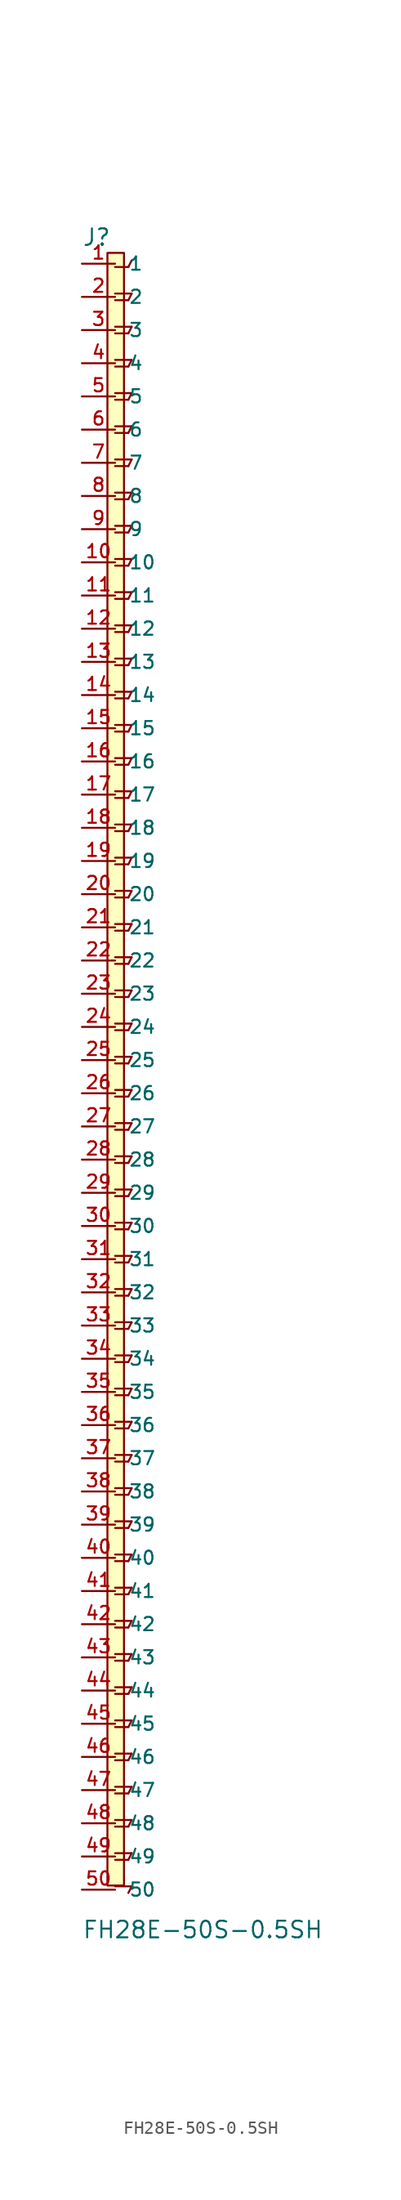
<source format=kicad_sym>
(kicad_symbol_lib
  (version 20220914)
  (generator kicad_symbol_editor)
  (symbol "FH28E-50S-0.5SH"
    (pin_names
      (offset 1.016))
    (property "Reference" "J"
      (at 0 46.99 0)
      (effects (font (size 1.27 1.27)) (justify left bottom)))
    (property "Value" "FH28E-50S-0.5SH"
      (at 0 -82.55 0)
      (effects (font (size 1.27 1.27)) (justify left bottom)))
    (symbol "FH28E-50S-0.5SH_0_0"
      (polyline (pts (xy 2.54 -76.454) (xy 3.556 -76.454)) (stroke (width 0.152) (type default)) (fill (type none)))
      (polyline (pts (xy 2.54 -73.914) (xy 3.556 -73.914)) (stroke (width 0.152) (type default)) (fill (type none)))
      (polyline (pts (xy 2.54 -71.374) (xy 3.556 -71.374)) (stroke (width 0.152) (type default)) (fill (type none)))
      (polyline (pts (xy 2.54 -68.834) (xy 3.556 -68.834)) (stroke (width 0.152) (type default)) (fill (type none)))
      (polyline (pts (xy 2.54 -66.294) (xy 3.556 -66.294)) (stroke (width 0.152) (type default)) (fill (type none)))
      (polyline (pts (xy 2.54 -63.754) (xy 3.556 -63.754)) (stroke (width 0.152) (type default)) (fill (type none)))
      (polyline (pts (xy 2.54 -61.214) (xy 3.556 -61.214)) (stroke (width 0.152) (type default)) (fill (type none)))
      (polyline (pts (xy 2.54 -58.674) (xy 3.556 -58.674)) (stroke (width 0.152) (type default)) (fill (type none)))
      (polyline (pts (xy 2.54 -56.134) (xy 3.556 -56.134)) (stroke (width 0.152) (type default)) (fill (type none)))
      (polyline (pts (xy 2.54 -53.594) (xy 3.556 -53.594)) (stroke (width 0.152) (type default)) (fill (type none)))
      (polyline (pts (xy 2.54 -51.054) (xy 3.556 -51.054)) (stroke (width 0.152) (type default)) (fill (type none)))
      (polyline (pts (xy 2.54 -48.514) (xy 3.556 -48.514)) (stroke (width 0.152) (type default)) (fill (type none)))
      (polyline (pts (xy 2.54 -45.974) (xy 3.556 -45.974)) (stroke (width 0.152) (type default)) (fill (type none)))
      (polyline (pts (xy 2.54 -43.434) (xy 3.556 -43.434)) (stroke (width 0.152) (type default)) (fill (type none)))
      (polyline (pts (xy 2.54 -40.894) (xy 3.556 -40.894)) (stroke (width 0.152) (type default)) (fill (type none)))
      (polyline (pts (xy 2.54 -38.354) (xy 3.556 -38.354)) (stroke (width 0.152) (type default)) (fill (type none)))
      (polyline (pts (xy 2.54 -35.814) (xy 3.556 -35.814)) (stroke (width 0.152) (type default)) (fill (type none)))
      (polyline (pts (xy 2.54 -33.274) (xy 3.556 -33.274)) (stroke (width 0.152) (type default)) (fill (type none)))
      (polyline (pts (xy 2.54 -30.734) (xy 3.556 -30.734)) (stroke (width 0.152) (type default)) (fill (type none)))
      (polyline (pts (xy 2.54 -28.194) (xy 3.556 -28.194)) (stroke (width 0.152) (type default)) (fill (type none)))
      (polyline (pts (xy 2.54 -25.654) (xy 3.556 -25.654)) (stroke (width 0.152) (type default)) (fill (type none)))
      (polyline (pts (xy 2.54 -23.114) (xy 3.556 -23.114)) (stroke (width 0.152) (type default)) (fill (type none)))
      (polyline (pts (xy 2.54 -20.574) (xy 3.556 -20.574)) (stroke (width 0.152) (type default)) (fill (type none)))
      (polyline (pts (xy 2.54 -18.034) (xy 3.556 -18.034)) (stroke (width 0.152) (type default)) (fill (type none)))
      (polyline (pts (xy 2.54 -15.494) (xy 3.556 -15.494)) (stroke (width 0.152) (type default)) (fill (type none)))
      (polyline (pts (xy 2.54 -12.954) (xy 3.556 -12.954)) (stroke (width 0.152) (type default)) (fill (type none)))
      (polyline (pts (xy 2.54 -10.414) (xy 3.556 -10.414)) (stroke (width 0.152) (type default)) (fill (type none)))
      (polyline (pts (xy 2.54 -7.874) (xy 3.556 -7.874)) (stroke (width 0.152) (type default)) (fill (type none)))
      (polyline (pts (xy 2.54 -5.334) (xy 3.556 -5.334)) (stroke (width 0.152) (type default)) (fill (type none)))
      (polyline (pts (xy 2.54 -2.794) (xy 3.556 -2.794)) (stroke (width 0.152) (type default)) (fill (type none)))
      (polyline (pts (xy 2.54 -0.254) (xy 3.556 -0.254)) (stroke (width 0.152) (type default)) (fill (type none)))
      (polyline (pts (xy 2.54 2.286) (xy 3.556 2.286)) (stroke (width 0.152) (type default)) (fill (type none)))
      (polyline (pts (xy 2.54 4.826) (xy 3.556 4.826)) (stroke (width 0.152) (type default)) (fill (type none)))
      (polyline (pts (xy 2.54 7.366) (xy 3.556 7.366)) (stroke (width 0.152) (type default)) (fill (type none)))
      (polyline (pts (xy 2.54 9.906) (xy 3.556 9.906)) (stroke (width 0.152) (type default)) (fill (type none)))
      (polyline (pts (xy 2.54 12.446) (xy 3.556 12.446)) (stroke (width 0.152) (type default)) (fill (type none)))
      (polyline (pts (xy 2.54 14.986) (xy 3.556 14.986)) (stroke (width 0.152) (type default)) (fill (type none)))
      (polyline (pts (xy 2.54 17.526) (xy 3.556 17.526)) (stroke (width 0.152) (type default)) (fill (type none)))
      (polyline (pts (xy 2.54 20.066) (xy 3.556 20.066)) (stroke (width 0.152) (type default)) (fill (type none)))
      (polyline (pts (xy 2.54 22.606) (xy 3.556 22.606)) (stroke (width 0.152) (type default)) (fill (type none)))
      (polyline (pts (xy 2.54 25.146) (xy 3.556 25.146)) (stroke (width 0.152) (type default)) (fill (type none)))
      (polyline (pts (xy 2.54 27.686) (xy 3.556 27.686)) (stroke (width 0.152) (type default)) (fill (type none)))
      (polyline (pts (xy 2.54 30.226) (xy 3.556 30.226)) (stroke (width 0.152) (type default)) (fill (type none)))
      (polyline (pts (xy 2.54 32.766) (xy 3.556 32.766)) (stroke (width 0.152) (type default)) (fill (type none)))
      (polyline (pts (xy 2.54 35.306) (xy 3.556 35.306)) (stroke (width 0.152) (type default)) (fill (type none)))
      (polyline (pts (xy 2.54 37.846) (xy 3.556 37.846)) (stroke (width 0.152) (type default)) (fill (type none)))
      (polyline (pts (xy 2.54 40.386) (xy 3.556 40.386)) (stroke (width 0.152) (type default)) (fill (type none)))
      (polyline (pts (xy 2.54 42.926) (xy 3.556 42.926)) (stroke (width 0.152) (type default)) (fill (type none)))
      (polyline (pts (xy 2.54 45.466) (xy 3.556 45.466)) (stroke (width 0.152) (type default)) (fill (type none)))
      (polyline (pts (xy 3.556 -78.994) (xy 3.81 -78.486)) (stroke (width 0.152) (type default)) (fill (type none)))
      (polyline (pts (xy 3.556 -76.454) (xy 3.81 -75.946)) (stroke (width 0.152) (type default)) (fill (type none)))
      (polyline (pts (xy 3.556 -73.914) (xy 3.81 -73.406)) (stroke (width 0.152) (type default)) (fill (type none)))
      (polyline (pts (xy 3.556 -71.374) (xy 3.81 -70.866)) (stroke (width 0.152) (type default)) (fill (type none)))
      (polyline (pts (xy 3.556 -68.834) (xy 3.81 -68.326)) (stroke (width 0.152) (type default)) (fill (type none)))
      (polyline (pts (xy 3.556 -66.294) (xy 3.81 -65.786)) (stroke (width 0.152) (type default)) (fill (type none)))
      (polyline (pts (xy 3.556 -63.754) (xy 3.81 -63.246)) (stroke (width 0.152) (type default)) (fill (type none)))
      (polyline (pts (xy 3.556 -61.214) (xy 3.81 -60.706)) (stroke (width 0.152) (type default)) (fill (type none)))
      (polyline (pts (xy 3.556 -58.674) (xy 3.81 -58.166)) (stroke (width 0.152) (type default)) (fill (type none)))
      (polyline (pts (xy 3.556 -56.134) (xy 3.81 -55.626)) (stroke (width 0.152) (type default)) (fill (type none)))
      (polyline (pts (xy 3.556 -53.594) (xy 3.81 -53.086)) (stroke (width 0.152) (type default)) (fill (type none)))
      (polyline (pts (xy 3.556 -51.054) (xy 3.81 -50.546)) (stroke (width 0.152) (type default)) (fill (type none)))
      (polyline (pts (xy 3.556 -48.514) (xy 3.81 -48.006)) (stroke (width 0.152) (type default)) (fill (type none)))
      (polyline (pts (xy 3.556 -45.974) (xy 3.81 -45.466)) (stroke (width 0.152) (type default)) (fill (type none)))
      (polyline (pts (xy 3.556 -43.434) (xy 3.81 -42.926)) (stroke (width 0.152) (type default)) (fill (type none)))
      (polyline (pts (xy 3.556 -40.894) (xy 3.81 -40.386)) (stroke (width 0.152) (type default)) (fill (type none)))
      (polyline (pts (xy 3.556 -38.354) (xy 3.81 -37.846)) (stroke (width 0.152) (type default)) (fill (type none)))
      (polyline (pts (xy 3.556 -35.814) (xy 3.81 -35.306)) (stroke (width 0.152) (type default)) (fill (type none)))
      (polyline (pts (xy 3.556 -33.274) (xy 3.81 -32.766)) (stroke (width 0.152) (type default)) (fill (type none)))
      (polyline (pts (xy 3.556 -30.734) (xy 3.81 -30.226)) (stroke (width 0.152) (type default)) (fill (type none)))
      (polyline (pts (xy 3.556 -28.194) (xy 3.81 -27.686)) (stroke (width 0.152) (type default)) (fill (type none)))
      (polyline (pts (xy 3.556 -25.654) (xy 3.81 -25.146)) (stroke (width 0.152) (type default)) (fill (type none)))
      (polyline (pts (xy 3.556 -23.114) (xy 3.81 -22.606)) (stroke (width 0.152) (type default)) (fill (type none)))
      (polyline (pts (xy 3.556 -20.574) (xy 3.81 -20.066)) (stroke (width 0.152) (type default)) (fill (type none)))
      (polyline (pts (xy 3.556 -18.034) (xy 3.81 -17.526)) (stroke (width 0.152) (type default)) (fill (type none)))
      (polyline (pts (xy 3.556 -15.494) (xy 3.81 -14.986)) (stroke (width 0.152) (type default)) (fill (type none)))
      (polyline (pts (xy 3.556 -12.954) (xy 3.81 -12.446)) (stroke (width 0.152) (type default)) (fill (type none)))
      (polyline (pts (xy 3.556 -10.414) (xy 3.81 -9.906)) (stroke (width 0.152) (type default)) (fill (type none)))
      (polyline (pts (xy 3.556 -7.874) (xy 3.81 -7.366)) (stroke (width 0.152) (type default)) (fill (type none)))
      (polyline (pts (xy 3.556 -5.334) (xy 3.81 -4.826)) (stroke (width 0.152) (type default)) (fill (type none)))
      (polyline (pts (xy 3.556 -2.794) (xy 3.81 -2.286)) (stroke (width 0.152) (type default)) (fill (type none)))
      (polyline (pts (xy 3.556 -0.254) (xy 3.81 0.254)) (stroke (width 0.152) (type default)) (fill (type none)))
      (polyline (pts (xy 3.556 2.286) (xy 3.81 2.794)) (stroke (width 0.152) (type default)) (fill (type none)))
      (polyline (pts (xy 3.556 4.826) (xy 3.81 5.334)) (stroke (width 0.152) (type default)) (fill (type none)))
      (polyline (pts (xy 3.556 7.366) (xy 3.81 7.874)) (stroke (width 0.152) (type default)) (fill (type none)))
      (polyline (pts (xy 3.556 9.906) (xy 3.81 10.414)) (stroke (width 0.152) (type default)) (fill (type none)))
      (polyline (pts (xy 3.556 12.446) (xy 3.81 12.954)) (stroke (width 0.152) (type default)) (fill (type none)))
      (polyline (pts (xy 3.556 14.986) (xy 3.81 15.494)) (stroke (width 0.152) (type default)) (fill (type none)))
      (polyline (pts (xy 3.556 17.526) (xy 3.81 18.034)) (stroke (width 0.152) (type default)) (fill (type none)))
      (polyline (pts (xy 3.556 20.066) (xy 3.81 20.574)) (stroke (width 0.152) (type default)) (fill (type none)))
      (polyline (pts (xy 3.556 22.606) (xy 3.81 23.114)) (stroke (width 0.152) (type default)) (fill (type none)))
      (polyline (pts (xy 3.556 25.146) (xy 3.81 25.654)) (stroke (width 0.152) (type default)) (fill (type none)))
      (polyline (pts (xy 3.556 27.686) (xy 3.81 28.194)) (stroke (width 0.152) (type default)) (fill (type none)))
      (polyline (pts (xy 3.556 30.226) (xy 3.81 30.734)) (stroke (width 0.152) (type default)) (fill (type none)))
      (polyline (pts (xy 3.556 32.766) (xy 3.81 33.274)) (stroke (width 0.152) (type default)) (fill (type none)))
      (polyline (pts (xy 3.556 35.306) (xy 3.81 35.814)) (stroke (width 0.152) (type default)) (fill (type none)))
      (polyline (pts (xy 3.556 37.846) (xy 3.81 38.354)) (stroke (width 0.152) (type default)) (fill (type none)))
      (polyline (pts (xy 3.556 40.386) (xy 3.81 40.894)) (stroke (width 0.152) (type default)) (fill (type none)))
      (polyline (pts (xy 3.556 42.926) (xy 3.81 43.434)) (stroke (width 0.152) (type default)) (fill (type none)))
      (polyline (pts (xy 3.556 45.466) (xy 3.81 45.974)) (stroke (width 0.152) (type default)) (fill (type none)))
      (polyline (pts (xy 3.81 -78.486) (xy 2.54 -78.486)) (stroke (width 0.152) (type default)) (fill (type none)))
      (polyline (pts (xy 3.81 -75.946) (xy 2.54 -75.946)) (stroke (width 0.152) (type default)) (fill (type none)))
      (polyline (pts (xy 3.81 -73.406) (xy 2.54 -73.406)) (stroke (width 0.152) (type default)) (fill (type none)))
      (polyline (pts (xy 3.81 -70.866) (xy 2.54 -70.866)) (stroke (width 0.152) (type default)) (fill (type none)))
      (polyline (pts (xy 3.81 -68.326) (xy 2.54 -68.326)) (stroke (width 0.152) (type default)) (fill (type none)))
      (polyline (pts (xy 3.81 -65.786) (xy 2.54 -65.786)) (stroke (width 0.152) (type default)) (fill (type none)))
      (polyline (pts (xy 3.81 -63.246) (xy 2.54 -63.246)) (stroke (width 0.152) (type default)) (fill (type none)))
      (polyline (pts (xy 3.81 -60.706) (xy 2.54 -60.706)) (stroke (width 0.152) (type default)) (fill (type none)))
      (polyline (pts (xy 3.81 -58.166) (xy 2.54 -58.166)) (stroke (width 0.152) (type default)) (fill (type none)))
      (polyline (pts (xy 3.81 -55.626) (xy 2.54 -55.626)) (stroke (width 0.152) (type default)) (fill (type none)))
      (polyline (pts (xy 3.81 -53.086) (xy 2.54 -53.086)) (stroke (width 0.152) (type default)) (fill (type none)))
      (polyline (pts (xy 3.81 -50.546) (xy 2.54 -50.546)) (stroke (width 0.152) (type default)) (fill (type none)))
      (polyline (pts (xy 3.81 -48.006) (xy 2.54 -48.006)) (stroke (width 0.152) (type default)) (fill (type none)))
      (polyline (pts (xy 3.81 -45.466) (xy 2.54 -45.466)) (stroke (width 0.152) (type default)) (fill (type none)))
      (polyline (pts (xy 3.81 -42.926) (xy 2.54 -42.926)) (stroke (width 0.152) (type default)) (fill (type none)))
      (polyline (pts (xy 3.81 -40.386) (xy 2.54 -40.386)) (stroke (width 0.152) (type default)) (fill (type none)))
      (polyline (pts (xy 3.81 -37.846) (xy 2.54 -37.846)) (stroke (width 0.152) (type default)) (fill (type none)))
      (polyline (pts (xy 3.81 -35.306) (xy 2.54 -35.306)) (stroke (width 0.152) (type default)) (fill (type none)))
      (polyline (pts (xy 3.81 -32.766) (xy 2.54 -32.766)) (stroke (width 0.152) (type default)) (fill (type none)))
      (polyline (pts (xy 3.81 -30.226) (xy 2.54 -30.226)) (stroke (width 0.152) (type default)) (fill (type none)))
      (polyline (pts (xy 3.81 -27.686) (xy 2.54 -27.686)) (stroke (width 0.152) (type default)) (fill (type none)))
      (polyline (pts (xy 3.81 -25.146) (xy 2.54 -25.146)) (stroke (width 0.152) (type default)) (fill (type none)))
      (polyline (pts (xy 3.81 -22.606) (xy 2.54 -22.606)) (stroke (width 0.152) (type default)) (fill (type none)))
      (polyline (pts (xy 3.81 -20.066) (xy 2.54 -20.066)) (stroke (width 0.152) (type default)) (fill (type none)))
      (polyline (pts (xy 3.81 -17.526) (xy 2.54 -17.526)) (stroke (width 0.152) (type default)) (fill (type none)))
      (polyline (pts (xy 3.81 -14.986) (xy 2.54 -14.986)) (stroke (width 0.152) (type default)) (fill (type none)))
      (polyline (pts (xy 3.81 -12.446) (xy 2.54 -12.446)) (stroke (width 0.152) (type default)) (fill (type none)))
      (polyline (pts (xy 3.81 -9.906) (xy 2.54 -9.906)) (stroke (width 0.152) (type default)) (fill (type none)))
      (polyline (pts (xy 3.81 -7.366) (xy 2.54 -7.366)) (stroke (width 0.152) (type default)) (fill (type none)))
      (polyline (pts (xy 3.81 -4.826) (xy 2.54 -4.826)) (stroke (width 0.152) (type default)) (fill (type none)))
      (polyline (pts (xy 3.81 -2.286) (xy 2.54 -2.286)) (stroke (width 0.152) (type default)) (fill (type none)))
      (polyline (pts (xy 3.81 0.254) (xy 2.54 0.254)) (stroke (width 0.152) (type default)) (fill (type none)))
      (polyline (pts (xy 3.81 2.794) (xy 2.54 2.794)) (stroke (width 0.152) (type default)) (fill (type none)))
      (polyline (pts (xy 3.81 5.334) (xy 2.54 5.334)) (stroke (width 0.152) (type default)) (fill (type none)))
      (polyline (pts (xy 3.81 7.874) (xy 2.54 7.874)) (stroke (width 0.152) (type default)) (fill (type none)))
      (polyline (pts (xy 3.81 10.414) (xy 2.54 10.414)) (stroke (width 0.152) (type default)) (fill (type none)))
      (polyline (pts (xy 3.81 12.954) (xy 2.54 12.954)) (stroke (width 0.152) (type default)) (fill (type none)))
      (polyline (pts (xy 3.81 15.494) (xy 2.54 15.494)) (stroke (width 0.152) (type default)) (fill (type none)))
      (polyline (pts (xy 3.81 18.034) (xy 2.54 18.034)) (stroke (width 0.152) (type default)) (fill (type none)))
      (polyline (pts (xy 3.81 20.574) (xy 2.54 20.574)) (stroke (width 0.152) (type default)) (fill (type none)))
      (polyline (pts (xy 3.81 23.114) (xy 2.54 23.114)) (stroke (width 0.152) (type default)) (fill (type none)))
      (polyline (pts (xy 3.81 25.654) (xy 2.54 25.654)) (stroke (width 0.152) (type default)) (fill (type none)))
      (polyline (pts (xy 3.81 28.194) (xy 2.54 28.194)) (stroke (width 0.152) (type default)) (fill (type none)))
      (polyline (pts (xy 3.81 30.734) (xy 2.54 30.734)) (stroke (width 0.152) (type default)) (fill (type none)))
      (polyline (pts (xy 3.81 33.274) (xy 2.54 33.274)) (stroke (width 0.152) (type default)) (fill (type none)))
      (polyline (pts (xy 3.81 35.814) (xy 2.54 35.814)) (stroke (width 0.152) (type default)) (fill (type none)))
      (polyline (pts (xy 3.81 38.354) (xy 2.54 38.354)) (stroke (width 0.152) (type default)) (fill (type none)))
      (polyline (pts (xy 3.81 40.894) (xy 2.54 40.894)) (stroke (width 0.152) (type default)) (fill (type none)))
      (polyline (pts (xy 3.81 43.434) (xy 2.54 43.434)) (stroke (width 0.152) (type default)) (fill (type none)))
      (rectangle (start 1.953 -78.421) (end 3.223 46.547) (stroke (width 0.152) (type default)) (fill (type background)))
      (pin passive line (at 0 45.72 0) (length 2.54) (name "1" (effects (font (size 1.016 1.016)))) (number "1" (effects (font (size 1.016 1.016)))))
      (pin passive line (at 0 22.86 0) (length 2.54) (name "10" (effects (font (size 1.016 1.016)))) (number "10" (effects (font (size 1.016 1.016)))))
      (pin passive line (at 0 20.32 0) (length 2.54) (name "11" (effects (font (size 1.016 1.016)))) (number "11" (effects (font (size 1.016 1.016)))))
      (pin passive line (at 0 17.78 0) (length 2.54) (name "12" (effects (font (size 1.016 1.016)))) (number "12" (effects (font (size 1.016 1.016)))))
      (pin passive line (at 0 15.24 0) (length 2.54) (name "13" (effects (font (size 1.016 1.016)))) (number "13" (effects (font (size 1.016 1.016)))))
      (pin passive line (at 0 12.7 0) (length 2.54) (name "14" (effects (font (size 1.016 1.016)))) (number "14" (effects (font (size 1.016 1.016)))))
      (pin passive line (at 0 10.16 0) (length 2.54) (name "15" (effects (font (size 1.016 1.016)))) (number "15" (effects (font (size 1.016 1.016)))))
      (pin passive line (at 0 7.62 0) (length 2.54) (name "16" (effects (font (size 1.016 1.016)))) (number "16" (effects (font (size 1.016 1.016)))))
      (pin passive line (at 0 5.08 0) (length 2.54) (name "17" (effects (font (size 1.016 1.016)))) (number "17" (effects (font (size 1.016 1.016)))))
      (pin passive line (at 0 2.54 0) (length 2.54) (name "18" (effects (font (size 1.016 1.016)))) (number "18" (effects (font (size 1.016 1.016)))))
      (pin passive line (at 0 0 0) (length 2.54) (name "19" (effects (font (size 1.016 1.016)))) (number "19" (effects (font (size 1.016 1.016)))))
      (pin passive line (at 0 43.18 0) (length 2.54) (name "2" (effects (font (size 1.016 1.016)))) (number "2" (effects (font (size 1.016 1.016)))))
      (pin passive line (at 0 -2.54 0) (length 2.54) (name "20" (effects (font (size 1.016 1.016)))) (number "20" (effects (font (size 1.016 1.016)))))
      (pin passive line (at 0 -5.08 0) (length 2.54) (name "21" (effects (font (size 1.016 1.016)))) (number "21" (effects (font (size 1.016 1.016)))))
      (pin passive line (at 0 -7.62 0) (length 2.54) (name "22" (effects (font (size 1.016 1.016)))) (number "22" (effects (font (size 1.016 1.016)))))
      (pin passive line (at 0 -10.16 0) (length 2.54) (name "23" (effects (font (size 1.016 1.016)))) (number "23" (effects (font (size 1.016 1.016)))))
      (pin passive line (at 0 -12.7 0) (length 2.54) (name "24" (effects (font (size 1.016 1.016)))) (number "24" (effects (font (size 1.016 1.016)))))
      (pin passive line (at 0 -15.24 0) (length 2.54) (name "25" (effects (font (size 1.016 1.016)))) (number "25" (effects (font (size 1.016 1.016)))))
      (pin passive line (at 0 -17.78 0) (length 2.54) (name "26" (effects (font (size 1.016 1.016)))) (number "26" (effects (font (size 1.016 1.016)))))
      (pin passive line (at 0 -20.32 0) (length 2.54) (name "27" (effects (font (size 1.016 1.016)))) (number "27" (effects (font (size 1.016 1.016)))))
      (pin passive line (at 0 -22.86 0) (length 2.54) (name "28" (effects (font (size 1.016 1.016)))) (number "28" (effects (font (size 1.016 1.016)))))
      (pin passive line (at 0 -25.4 0) (length 2.54) (name "29" (effects (font (size 1.016 1.016)))) (number "29" (effects (font (size 1.016 1.016)))))
      (pin passive line (at 0 40.64 0) (length 2.54) (name "3" (effects (font (size 1.016 1.016)))) (number "3" (effects (font (size 1.016 1.016)))))
      (pin passive line (at 0 -27.94 0) (length 2.54) (name "30" (effects (font (size 1.016 1.016)))) (number "30" (effects (font (size 1.016 1.016)))))
      (pin passive line (at 0 -30.48 0) (length 2.54) (name "31" (effects (font (size 1.016 1.016)))) (number "31" (effects (font (size 1.016 1.016)))))
      (pin passive line (at 0 -33.02 0) (length 2.54) (name "32" (effects (font (size 1.016 1.016)))) (number "32" (effects (font (size 1.016 1.016)))))
      (pin passive line (at 0 -35.56 0) (length 2.54) (name "33" (effects (font (size 1.016 1.016)))) (number "33" (effects (font (size 1.016 1.016)))))
      (pin passive line (at 0 -38.1 0) (length 2.54) (name "34" (effects (font (size 1.016 1.016)))) (number "34" (effects (font (size 1.016 1.016)))))
      (pin passive line (at 0 -40.64 0) (length 2.54) (name "35" (effects (font (size 1.016 1.016)))) (number "35" (effects (font (size 1.016 1.016)))))
      (pin passive line (at 0 -43.18 0) (length 2.54) (name "36" (effects (font (size 1.016 1.016)))) (number "36" (effects (font (size 1.016 1.016)))))
      (pin passive line (at 0 -45.72 0) (length 2.54) (name "37" (effects (font (size 1.016 1.016)))) (number "37" (effects (font (size 1.016 1.016)))))
      (pin passive line (at 0 -48.26 0) (length 2.54) (name "38" (effects (font (size 1.016 1.016)))) (number "38" (effects (font (size 1.016 1.016)))))
      (pin passive line (at 0 -50.8 0) (length 2.54) (name "39" (effects (font (size 1.016 1.016)))) (number "39" (effects (font (size 1.016 1.016)))))
      (pin passive line (at 0 38.1 0) (length 2.54) (name "4" (effects (font (size 1.016 1.016)))) (number "4" (effects (font (size 1.016 1.016)))))
      (pin passive line (at 0 -53.34 0) (length 2.54) (name "40" (effects (font (size 1.016 1.016)))) (number "40" (effects (font (size 1.016 1.016)))))
      (pin passive line (at 0 -55.88 0) (length 2.54) (name "41" (effects (font (size 1.016 1.016)))) (number "41" (effects (font (size 1.016 1.016)))))
      (pin passive line (at 0 -58.42 0) (length 2.54) (name "42" (effects (font (size 1.016 1.016)))) (number "42" (effects (font (size 1.016 1.016)))))
      (pin passive line (at 0 -60.96 0) (length 2.54) (name "43" (effects (font (size 1.016 1.016)))) (number "43" (effects (font (size 1.016 1.016)))))
      (pin passive line (at 0 -63.5 0) (length 2.54) (name "44" (effects (font (size 1.016 1.016)))) (number "44" (effects (font (size 1.016 1.016)))))
      (pin passive line (at 0 -66.04 0) (length 2.54) (name "45" (effects (font (size 1.016 1.016)))) (number "45" (effects (font (size 1.016 1.016)))))
      (pin passive line (at 0 -68.58 0) (length 2.54) (name "46" (effects (font (size 1.016 1.016)))) (number "46" (effects (font (size 1.016 1.016)))))
      (pin passive line (at 0 -71.12 0) (length 2.54) (name "47" (effects (font (size 1.016 1.016)))) (number "47" (effects (font (size 1.016 1.016)))))
      (pin passive line (at 0 -73.66 0) (length 2.54) (name "48" (effects (font (size 1.016 1.016)))) (number "48" (effects (font (size 1.016 1.016)))))
      (pin passive line (at 0 -76.2 0) (length 2.54) (name "49" (effects (font (size 1.016 1.016)))) (number "49" (effects (font (size 1.016 1.016)))))
      (pin passive line (at 0 35.56 0) (length 2.54) (name "5" (effects (font (size 1.016 1.016)))) (number "5" (effects (font (size 1.016 1.016)))))
      (pin passive line (at 0 -78.74 0) (length 2.54) (name "50" (effects (font (size 1.016 1.016)))) (number "50" (effects (font (size 1.016 1.016)))))
      (pin passive line (at 0 33.02 0) (length 2.54) (name "6" (effects (font (size 1.016 1.016)))) (number "6" (effects (font (size 1.016 1.016)))))
      (pin passive line (at 0 30.48 0) (length 2.54) (name "7" (effects (font (size 1.016 1.016)))) (number "7" (effects (font (size 1.016 1.016)))))
      (pin passive line (at 0 27.94 0) (length 2.54) (name "8" (effects (font (size 1.016 1.016)))) (number "8" (effects (font (size 1.016 1.016)))))
      (pin passive line (at 0 25.4 0) (length 2.54) (name "9" (effects (font (size 1.016 1.016)))) (number "9" (effects (font (size 1.016 1.016))))))))
</source>
